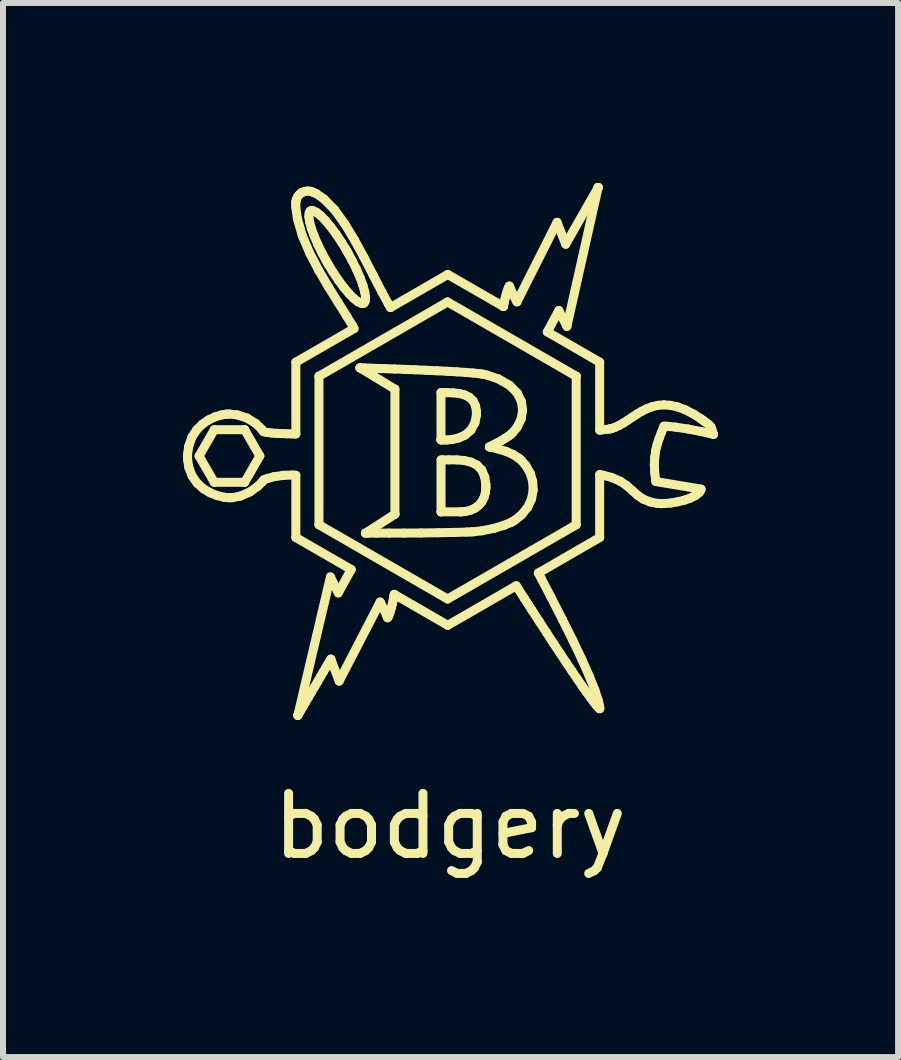
<source format=kicad_pcb>
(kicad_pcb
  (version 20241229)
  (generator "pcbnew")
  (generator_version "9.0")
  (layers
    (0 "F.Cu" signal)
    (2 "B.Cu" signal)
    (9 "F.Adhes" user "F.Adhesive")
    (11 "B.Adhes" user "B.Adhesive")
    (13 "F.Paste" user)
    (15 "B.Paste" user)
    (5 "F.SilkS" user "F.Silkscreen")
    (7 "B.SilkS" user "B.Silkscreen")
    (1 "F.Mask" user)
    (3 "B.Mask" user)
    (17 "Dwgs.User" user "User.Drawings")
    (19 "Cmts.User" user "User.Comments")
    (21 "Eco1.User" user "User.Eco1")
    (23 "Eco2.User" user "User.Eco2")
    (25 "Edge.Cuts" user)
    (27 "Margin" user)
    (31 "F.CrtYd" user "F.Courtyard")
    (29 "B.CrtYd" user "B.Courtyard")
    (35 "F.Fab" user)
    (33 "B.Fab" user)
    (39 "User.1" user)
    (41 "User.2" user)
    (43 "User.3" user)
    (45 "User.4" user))
  (footprint "bodgery"
    (layer "F.Cu")
    (at 4.449 10.214)
    (property "Reference" "bodgery" (at 0 0.5 0) (layer "F.SilkS") (effects (font (size 1 1) (thickness 0.15))))
    (attr through_hole)
    (fp_line (start -4.374 -5.696) (end -4.374 -5.651) (stroke (width 0.15) (type solid)) (layer "F.SilkS"))
    (fp_line (start -4.374 -5.651) (end -4.374 -5.608) (stroke (width 0.15) (type solid)) (layer "F.SilkS"))
    (fp_line (start -4.374 -5.608) (end -4.353 -5.477) (stroke (width 0.15) (type solid)) (layer "F.SilkS"))
    (fp_line (start -4.354 -5.831) (end -4.374 -5.696) (stroke (width 0.15) (type solid)) (layer "F.SilkS"))
    (fp_line (start -4.353 -5.477) (end -4.297 -5.332) (stroke (width 0.15) (type solid)) (layer "F.SilkS"))
    (fp_line (start -4.301 -5.981) (end -4.354 -5.831) (stroke (width 0.15) (type solid)) (layer "F.SilkS"))
    (fp_line (start -4.297 -5.332) (end -4.214 -5.214) (stroke (width 0.15) (type solid)) (layer "F.SilkS"))
    (fp_line (start -4.222 -6.103) (end -4.301 -5.981) (stroke (width 0.15) (type solid)) (layer "F.SilkS"))
    (fp_line (start -4.214 -5.214) (end -4.111 -5.122) (stroke (width 0.15) (type solid)) (layer "F.SilkS"))
    (fp_line (start -4.182 -5.667) (end -3.929 -6.105) (stroke (width 0.15) (type solid)) (layer "F.SilkS"))
    (fp_line (start -4.126 -6.198) (end -4.222 -6.103) (stroke (width 0.15) (type solid)) (layer "F.SilkS"))
    (fp_line (start -4.111 -5.122) (end -3.998 -5.054) (stroke (width 0.15) (type solid)) (layer "F.SilkS"))
    (fp_line (start -4.02 -6.27) (end -4.126 -6.198) (stroke (width 0.15) (type solid)) (layer "F.SilkS"))
    (fp_line (start -3.998 -5.054) (end -3.882 -5.007) (stroke (width 0.15) (type solid)) (layer "F.SilkS"))
    (fp_line (start -3.929 -6.105) (end -3.423 -6.105) (stroke (width 0.15) (type solid)) (layer "F.SilkS"))
    (fp_line (start -3.929 -5.228) (end -4.182 -5.667) (stroke (width 0.15) (type solid)) (layer "F.SilkS"))
    (fp_line (start -3.912 -6.32) (end -4.02 -6.27) (stroke (width 0.15) (type solid)) (layer "F.SilkS"))
    (fp_line (start -3.882 -5.007) (end -3.771 -4.981) (stroke (width 0.15) (type solid)) (layer "F.SilkS"))
    (fp_line (start -3.81 -6.35) (end -3.912 -6.32) (stroke (width 0.15) (type solid)) (layer "F.SilkS"))
    (fp_line (start -3.771 -4.981) (end -3.699 -4.972) (stroke (width 0.15) (type solid)) (layer "F.SilkS"))
    (fp_line (start -3.745 -6.362) (end -3.81 -6.35) (stroke (width 0.15) (type solid)) (layer "F.SilkS"))
    (fp_line (start -3.723 -6.363) (end -3.745 -6.362) (stroke (width 0.15) (type solid)) (layer "F.SilkS"))
    (fp_line (start -3.699 -4.972) (end -3.675 -4.972) (stroke (width 0.15) (type solid)) (layer "F.SilkS"))
    (fp_line (start -3.679 -6.366) (end -3.723 -6.363) (stroke (width 0.15) (type solid)) (layer "F.SilkS"))
    (fp_line (start -3.675 -4.972) (end -3.63 -4.972) (stroke (width 0.15) (type solid)) (layer "F.SilkS"))
    (fp_line (start -3.63 -4.972) (end -3.494 -4.999) (stroke (width 0.15) (type solid)) (layer "F.SilkS"))
    (fp_line (start -3.548 -6.352) (end -3.679 -6.366) (stroke (width 0.15) (type solid)) (layer "F.SilkS"))
    (fp_line (start -3.494 -4.999) (end -3.335 -5.068) (stroke (width 0.15) (type solid)) (layer "F.SilkS"))
    (fp_line (start -3.423 -6.105) (end -3.423 -6.105) (stroke (width 0.15) (type solid)) (layer "F.SilkS"))
    (fp_line (start -3.423 -6.105) (end -3.17 -5.667) (stroke (width 0.15) (type solid)) (layer "F.SilkS"))
    (fp_line (start -3.423 -5.228) (end -3.929 -5.228) (stroke (width 0.15) (type solid)) (layer "F.SilkS"))
    (fp_line (start -3.383 -6.299) (end -3.548 -6.352) (stroke (width 0.15) (type solid)) (layer "F.SilkS"))
    (fp_line (start -3.335 -5.068) (end -3.204 -5.162) (stroke (width 0.15) (type solid)) (layer "F.SilkS"))
    (fp_line (start -3.236 -6.207) (end -3.383 -6.299) (stroke (width 0.15) (type solid)) (layer "F.SilkS"))
    (fp_line (start -3.204 -5.162) (end -3.13 -5.236) (stroke (width 0.15) (type solid)) (layer "F.SilkS"))
    (fp_line (start -3.17 -5.667) (end -3.423 -5.228) (stroke (width 0.15) (type solid)) (layer "F.SilkS"))
    (fp_line (start -3.141 -6.115) (end -3.236 -6.207) (stroke (width 0.15) (type solid)) (layer "F.SilkS"))
    (fp_line (start -3.13 -5.236) (end -3.11 -5.264) (stroke (width 0.15) (type solid)) (layer "F.SilkS"))
    (fp_line (start -3.116 -6.08) (end -3.141 -6.115) (stroke (width 0.15) (type solid)) (layer "F.SilkS"))
    (fp_line (start -3.112 -6.075) (end -3.116 -6.08) (stroke (width 0.15) (type solid)) (layer "F.SilkS"))
    (fp_line (start -3.11 -5.264) (end -3.098 -5.271) (stroke (width 0.15) (type solid)) (layer "F.SilkS"))
    (fp_line (start -3.098 -5.271) (end -3.047 -5.291) (stroke (width 0.15) (type solid)) (layer "F.SilkS"))
    (fp_line (start -3.091 -6.068) (end -3.112 -6.075) (stroke (width 0.15) (type solid)) (layer "F.SilkS"))
    (fp_line (start -3.047 -5.291) (end -2.933 -5.322) (stroke (width 0.15) (type solid)) (layer "F.SilkS"))
    (fp_line (start -3.042 -6.058) (end -3.091 -6.068) (stroke (width 0.15) (type solid)) (layer "F.SilkS"))
    (fp_line (start -2.975 -6.05) (end -3.042 -6.058) (stroke (width 0.15) (type solid)) (layer "F.SilkS"))
    (fp_line (start -2.933 -5.322) (end -2.773 -5.345) (stroke (width 0.15) (type solid)) (layer "F.SilkS"))
    (fp_line (start -2.896 -6.044) (end -2.975 -6.05) (stroke (width 0.15) (type solid)) (layer "F.SilkS"))
    (fp_line (start -2.81 -6.04) (end -2.896 -6.044) (stroke (width 0.15) (type solid)) (layer "F.SilkS"))
    (fp_line (start -2.773 -5.345) (end -2.62 -5.349) (stroke (width 0.15) (type solid)) (layer "F.SilkS"))
    (fp_line (start -2.723 -6.037) (end -2.81 -6.04) (stroke (width 0.15) (type solid)) (layer "F.SilkS"))
    (fp_line (start -2.641 -6.035) (end -2.723 -6.037) (stroke (width 0.15) (type solid)) (layer "F.SilkS"))
    (fp_line (start -2.62 -5.349) (end -2.57 -5.345) (stroke (width 0.15) (type solid)) (layer "F.SilkS"))
    (fp_line (start -2.587 -6.035) (end -2.641 -6.035) (stroke (width 0.15) (type solid)) (layer "F.SilkS"))
    (fp_line (start -2.572 -9.821) (end -2.544 -9.62) (stroke (width 0.15) (type solid)) (layer "F.SilkS"))
    (fp_line (start -2.57 -9.888) (end -2.572 -9.821) (stroke (width 0.15) (type solid)) (layer "F.SilkS"))
    (fp_line (start -2.57 -9.9) (end -2.57 -9.888) (stroke (width 0.15) (type solid)) (layer "F.SilkS"))
    (fp_line (start -2.57 -7.23) (end -2.57 -6.035) (stroke (width 0.15) (type solid)) (layer "F.SilkS"))
    (fp_line (start -2.57 -6.035) (end -2.587 -6.035) (stroke (width 0.15) (type solid)) (layer "F.SilkS"))
    (fp_line (start -2.57 -5.345) (end -2.57 -4.308) (stroke (width 0.15) (type solid)) (layer "F.SilkS"))
    (fp_line (start -2.57 -4.308) (end -1.648 -3.776) (stroke (width 0.15) (type solid)) (layer "F.SilkS"))
    (fp_line (start -2.563 -9.938) (end -2.57 -9.9) (stroke (width 0.15) (type solid)) (layer "F.SilkS"))
    (fp_line (start -2.544 -9.62) (end -2.463 -9.339) (stroke (width 0.15) (type solid)) (layer "F.SilkS"))
    (fp_line (start -2.543 -9.983) (end -2.563 -9.938) (stroke (width 0.15) (type solid)) (layer "F.SilkS"))
    (fp_line (start -2.537 -1.344) (end -2.537 -1.345) (stroke (width 0.15) (type solid)) (layer "F.SilkS"))
    (fp_line (start -2.537 -1.345) (end -2.531 -1.356) (stroke (width 0.15) (type solid)) (layer "F.SilkS"))
    (fp_line (start -2.531 -1.356) (end -2.513 -1.386) (stroke (width 0.15) (type solid)) (layer "F.SilkS"))
    (fp_line (start -2.513 -10.022) (end -2.543 -9.983) (stroke (width 0.15) (type solid)) (layer "F.SilkS"))
    (fp_line (start -2.513 -1.386) (end -2.486 -1.433) (stroke (width 0.15) (type solid)) (layer "F.SilkS"))
    (fp_line (start -2.486 -1.433) (end -2.45 -1.493) (stroke (width 0.15) (type solid)) (layer "F.SilkS"))
    (fp_line (start -2.484 -10.047) (end -2.513 -10.022) (stroke (width 0.15) (type solid)) (layer "F.SilkS"))
    (fp_line (start -2.473 -10.053) (end -2.484 -10.047) (stroke (width 0.15) (type solid)) (layer "F.SilkS"))
    (fp_line (start -2.463 -9.339) (end -2.341 -9.051) (stroke (width 0.15) (type solid)) (layer "F.SilkS"))
    (fp_line (start -2.462 -10.059) (end -2.473 -10.053) (stroke (width 0.15) (type solid)) (layer "F.SilkS"))
    (fp_line (start -2.45 -1.493) (end -2.409 -1.564) (stroke (width 0.15) (type solid)) (layer "F.SilkS"))
    (fp_line (start -2.426 -10.074) (end -2.462 -10.059) (stroke (width 0.15) (type solid)) (layer "F.SilkS"))
    (fp_line (start -2.409 -1.564) (end -2.362 -1.643) (stroke (width 0.15) (type solid)) (layer "F.SilkS"))
    (fp_line (start -2.378 -10.082) (end -2.426 -10.074) (stroke (width 0.15) (type solid)) (layer "F.SilkS"))
    (fp_line (start -2.362 -1.643) (end -2.312 -1.728) (stroke (width 0.15) (type solid)) (layer "F.SilkS"))
    (fp_line (start -2.353 -9.652) (end -2.348 -9.714) (stroke (width 0.15) (type solid)) (layer "F.SilkS"))
    (fp_line (start -2.348 -9.714) (end -2.332 -9.744) (stroke (width 0.15) (type solid)) (layer "F.SilkS"))
    (fp_line (start -2.341 -9.051) (end -2.192 -8.765) (stroke (width 0.15) (type solid)) (layer "F.SilkS"))
    (fp_line (start -2.34 -9.565) (end -2.353 -9.652) (stroke (width 0.15) (type solid)) (layer "F.SilkS"))
    (fp_line (start -2.332 -9.744) (end -2.324 -9.749) (stroke (width 0.15) (type solid)) (layer "F.SilkS"))
    (fp_line (start -2.329 -10.077) (end -2.378 -10.082) (stroke (width 0.15) (type solid)) (layer "F.SilkS"))
    (fp_line (start -2.324 -9.749) (end -2.316 -9.754) (stroke (width 0.15) (type solid)) (layer "F.SilkS"))
    (fp_line (start -2.316 -9.754) (end -2.282 -9.753) (stroke (width 0.15) (type solid)) (layer "F.SilkS"))
    (fp_line (start -2.312 -1.728) (end -2.261 -1.815) (stroke (width 0.15) (type solid)) (layer "F.SilkS"))
    (fp_line (start -2.311 -9.457) (end -2.34 -9.565) (stroke (width 0.15) (type solid)) (layer "F.SilkS"))
    (fp_line (start -2.292 -10.065) (end -2.329 -10.077) (stroke (width 0.15) (type solid)) (layer "F.SilkS"))
    (fp_line (start -2.282 -9.753) (end -2.225 -9.726) (stroke (width 0.15) (type solid)) (layer "F.SilkS"))
    (fp_line (start -2.281 -10.06) (end -2.292 -10.065) (stroke (width 0.15) (type solid)) (layer "F.SilkS"))
    (fp_line (start -2.265 -9.332) (end -2.311 -9.457) (stroke (width 0.15) (type solid)) (layer "F.SilkS"))
    (fp_line (start -2.261 -1.815) (end -2.21 -1.902) (stroke (width 0.15) (type solid)) (layer "F.SilkS"))
    (fp_line (start -2.232 -10.04) (end -2.281 -10.06) (stroke (width 0.15) (type solid)) (layer "F.SilkS"))
    (fp_line (start -2.225 -9.726) (end -2.157 -9.671) (stroke (width 0.15) (type solid)) (layer "F.SilkS"))
    (fp_line (start -2.21 -1.902) (end -2.161 -1.987) (stroke (width 0.15) (type solid)) (layer "F.SilkS"))
    (fp_line (start -2.205 -9.193) (end -2.265 -9.332) (stroke (width 0.15) (type solid)) (layer "F.SilkS"))
    (fp_line (start -2.192 -8.765) (end -2.03 -8.488) (stroke (width 0.15) (type solid)) (layer "F.SilkS"))
    (fp_line (start -2.185 -6.996) (end -0.042 -8.233) (stroke (width 0.15) (type solid)) (layer "F.SilkS"))
    (fp_line (start -2.185 -4.521) (end -2.185 -6.996) (stroke (width 0.15) (type solid)) (layer "F.SilkS"))
    (fp_line (start -2.161 -1.987) (end -2.114 -2.066) (stroke (width 0.15) (type solid)) (layer "F.SilkS"))
    (fp_line (start -2.157 -9.671) (end -2.078 -9.592) (stroke (width 0.15) (type solid)) (layer "F.SilkS"))
    (fp_line (start -2.132 -9.044) (end -2.205 -9.193) (stroke (width 0.15) (type solid)) (layer "F.SilkS"))
    (fp_line (start -2.114 -2.066) (end -2.073 -2.137) (stroke (width 0.15) (type solid)) (layer "F.SilkS"))
    (fp_line (start -2.099 -9.947) (end -2.232 -10.04) (stroke (width 0.15) (type solid)) (layer "F.SilkS"))
    (fp_line (start -2.078 -9.592) (end -1.993 -9.49) (stroke (width 0.15) (type solid)) (layer "F.SilkS"))
    (fp_line (start -2.073 -2.137) (end -2.038 -2.196) (stroke (width 0.15) (type solid)) (layer "F.SilkS"))
    (fp_line (start -2.068 -8.926) (end -2.132 -9.044) (stroke (width 0.15) (type solid)) (layer "F.SilkS"))
    (fp_line (start -2.046 -8.887) (end -2.068 -8.926) (stroke (width 0.15) (type solid)) (layer "F.SilkS"))
    (fp_line (start -2.038 -2.196) (end -2.011 -2.242) (stroke (width 0.15) (type solid)) (layer "F.SilkS"))
    (fp_line (start -2.03 -8.488) (end -1.868 -8.228) (stroke (width 0.15) (type solid)) (layer "F.SilkS"))
    (fp_line (start -2.023 -8.848) (end -2.046 -8.887) (stroke (width 0.15) (type solid)) (layer "F.SilkS"))
    (fp_line (start -2.011 -2.242) (end -1.993 -2.272) (stroke (width 0.15) (type solid)) (layer "F.SilkS"))
    (fp_line (start -1.994 -3.652) (end -2.537 -1.344) (stroke (width 0.15) (type solid)) (layer "F.SilkS"))
    (fp_line (start -1.993 -2.272) (end -1.987 -2.282) (stroke (width 0.15) (type solid)) (layer "F.SilkS"))
    (fp_line (start -1.993 -9.49) (end -1.902 -9.368) (stroke (width 0.15) (type solid)) (layer "F.SilkS"))
    (fp_line (start -1.987 -2.282) (end -1.987 -2.282) (stroke (width 0.15) (type solid)) (layer "F.SilkS"))
    (fp_line (start -1.987 -2.282) (end -1.848 -1.916) (stroke (width 0.15) (type solid)) (layer "F.SilkS"))
    (fp_line (start -1.953 -8.734) (end -2.023 -8.848) (stroke (width 0.15) (type solid)) (layer "F.SilkS"))
    (fp_line (start -1.923 -9.766) (end -2.099 -9.947) (stroke (width 0.15) (type solid)) (layer "F.SilkS"))
    (fp_line (start -1.902 -9.368) (end -1.81 -9.23) (stroke (width 0.15) (type solid)) (layer "F.SilkS"))
    (fp_line (start -1.868 -8.228) (end -1.72 -7.993) (stroke (width 0.15) (type solid)) (layer "F.SilkS"))
    (fp_line (start -1.863 -3.386) (end -1.994 -3.652) (stroke (width 0.15) (type solid)) (layer "F.SilkS"))
    (fp_line (start -1.86 -8.596) (end -1.953 -8.734) (stroke (width 0.15) (type solid)) (layer "F.SilkS"))
    (fp_line (start -1.848 -1.916) (end -1.166 -3.234) (stroke (width 0.15) (type solid)) (layer "F.SilkS"))
    (fp_line (start -1.81 -9.23) (end -1.739 -9.116) (stroke (width 0.15) (type solid)) (layer "F.SilkS"))
    (fp_line (start -1.77 -8.474) (end -1.86 -8.596) (stroke (width 0.15) (type solid)) (layer "F.SilkS"))
    (fp_line (start -1.755 -9.533) (end -1.923 -9.766) (stroke (width 0.15) (type solid)) (layer "F.SilkS"))
    (fp_line (start -1.739 -9.116) (end -1.717 -9.077) (stroke (width 0.15) (type solid)) (layer "F.SilkS"))
    (fp_line (start -1.72 -7.993) (end -1.628 -7.842) (stroke (width 0.15) (type solid)) (layer "F.SilkS"))
    (fp_line (start -1.717 -9.077) (end -1.717 -9.077) (stroke (width 0.15) (type solid)) (layer "F.SilkS"))
    (fp_line (start -1.717 -9.077) (end -1.695 -9.038) (stroke (width 0.15) (type solid)) (layer "F.SilkS"))
    (fp_line (start -1.695 -9.038) (end -1.631 -8.92) (stroke (width 0.15) (type solid)) (layer "F.SilkS"))
    (fp_line (start -1.684 -8.372) (end -1.77 -8.474) (stroke (width 0.15) (type solid)) (layer "F.SilkS"))
    (fp_line (start -1.648 -3.776) (end -1.863 -3.386) (stroke (width 0.15) (type solid)) (layer "F.SilkS"))
    (fp_line (start -1.631 -8.92) (end -1.557 -8.771) (stroke (width 0.15) (type solid)) (layer "F.SilkS"))
    (fp_line (start -1.628 -7.842) (end -1.6 -7.79) (stroke (width 0.15) (type solid)) (layer "F.SilkS"))
    (fp_line (start -1.606 -8.293) (end -1.684 -8.372) (stroke (width 0.15) (type solid)) (layer "F.SilkS"))
    (fp_line (start -1.6 -7.79) (end -2.57 -7.23) (stroke (width 0.15) (type solid)) (layer "F.SilkS"))
    (fp_line (start -1.592 -9.264) (end -1.755 -9.533) (stroke (width 0.15) (type solid)) (layer "F.SilkS"))
    (fp_line (start -1.557 -8.771) (end -1.497 -8.632) (stroke (width 0.15) (type solid)) (layer "F.SilkS"))
    (fp_line (start -1.537 -8.238) (end -1.606 -8.293) (stroke (width 0.15) (type solid)) (layer "F.SilkS"))
    (fp_line (start -1.503 -7.135) (end -1.503 -7.135) (stroke (width 0.15) (type solid)) (layer "F.SilkS"))
    (fp_line (start -1.503 -7.135) (end -0.919 -6.781) (stroke (width 0.15) (type solid)) (layer "F.SilkS"))
    (fp_line (start -1.497 -8.632) (end -1.452 -8.507) (stroke (width 0.15) (type solid)) (layer "F.SilkS"))
    (fp_line (start -1.483 -7.135) (end -1.503 -7.135) (stroke (width 0.15) (type solid)) (layer "F.SilkS"))
    (fp_line (start -1.481 -8.211) (end -1.537 -8.238) (stroke (width 0.15) (type solid)) (layer "F.SilkS"))
    (fp_line (start -1.452 -8.507) (end -1.422 -8.399) (stroke (width 0.15) (type solid)) (layer "F.SilkS"))
    (fp_line (start -1.447 -8.21) (end -1.481 -8.211) (stroke (width 0.15) (type solid)) (layer "F.SilkS"))
    (fp_line (start -1.438 -8.215) (end -1.447 -8.21) (stroke (width 0.15) (type solid)) (layer "F.SilkS"))
    (fp_line (start -1.434 -8.974) (end -1.592 -9.264) (stroke (width 0.15) (type solid)) (layer "F.SilkS"))
    (fp_line (start -1.43 -8.22) (end -1.438 -8.215) (stroke (width 0.15) (type solid)) (layer "F.SilkS"))
    (fp_line (start -1.425 -7.133) (end -1.483 -7.135) (stroke (width 0.15) (type solid)) (layer "F.SilkS"))
    (fp_line (start -1.422 -8.399) (end -1.409 -8.312) (stroke (width 0.15) (type solid)) (layer "F.SilkS"))
    (fp_line (start -1.414 -8.25) (end -1.43 -8.22) (stroke (width 0.15) (type solid)) (layer "F.SilkS"))
    (fp_line (start -1.41 -4.382) (end -1.41 -4.382) (stroke (width 0.15) (type solid)) (layer "F.SilkS"))
    (fp_line (start -1.41 -4.382) (end -1.361 -4.382) (stroke (width 0.15) (type solid)) (layer "F.SilkS"))
    (fp_line (start -1.409 -8.312) (end -1.414 -8.25) (stroke (width 0.15) (type solid)) (layer "F.SilkS"))
    (fp_line (start -1.361 -4.382) (end -1.225 -4.382) (stroke (width 0.15) (type solid)) (layer "F.SilkS"))
    (fp_line (start -1.336 -7.13) (end -1.425 -7.133) (stroke (width 0.15) (type solid)) (layer "F.SilkS"))
    (fp_line (start -1.282 -8.68) (end -1.434 -8.974) (stroke (width 0.15) (type solid)) (layer "F.SilkS"))
    (fp_line (start -1.225 -4.382) (end -1.021 -4.382) (stroke (width 0.15) (type solid)) (layer "F.SilkS"))
    (fp_line (start -1.22 -7.126) (end -1.336 -7.13) (stroke (width 0.15) (type solid)) (layer "F.SilkS"))
    (fp_line (start -1.166 -3.234) (end -1.152 -3.208) (stroke (width 0.15) (type solid)) (layer "F.SilkS"))
    (fp_line (start -1.152 -3.208) (end -1.097 -3.098) (stroke (width 0.15) (type solid)) (layer "F.SilkS"))
    (fp_line (start -1.135 -8.396) (end -1.282 -8.68) (stroke (width 0.15) (type solid)) (layer "F.SilkS"))
    (fp_line (start -1.097 -3.098) (end -1.051 -2.994) (stroke (width 0.15) (type solid)) (layer "F.SilkS"))
    (fp_line (start -1.08 -7.122) (end -1.22 -7.126) (stroke (width 0.15) (type solid)) (layer "F.SilkS"))
    (fp_line (start -1.051 -2.994) (end -1.042 -2.971) (stroke (width 0.15) (type solid)) (layer "F.SilkS"))
    (fp_line (start -1.042 -2.971) (end -1.035 -2.98) (stroke (width 0.15) (type solid)) (layer "F.SilkS"))
    (fp_line (start -1.035 -2.98) (end -1.02 -3.013) (stroke (width 0.15) (type solid)) (layer "F.SilkS"))
    (fp_line (start -1.03 -8.203) (end -1.135 -8.396) (stroke (width 0.15) (type solid)) (layer "F.SilkS"))
    (fp_line (start -1.021 -4.382) (end -0.769 -4.382) (stroke (width 0.15) (type solid)) (layer "F.SilkS"))
    (fp_line (start -1.02 -3.013) (end -0.999 -3.069) (stroke (width 0.15) (type solid)) (layer "F.SilkS"))
    (fp_line (start -0.999 -3.069) (end -0.98 -3.133) (stroke (width 0.15) (type solid)) (layer "F.SilkS"))
    (fp_line (start -0.993 -8.14) (end -1.03 -8.203) (stroke (width 0.15) (type solid)) (layer "F.SilkS"))
    (fp_line (start -0.98 -3.133) (end -0.963 -3.199) (stroke (width 0.15) (type solid)) (layer "F.SilkS"))
    (fp_line (start -0.963 -3.199) (end -0.949 -3.261) (stroke (width 0.15) (type solid)) (layer "F.SilkS"))
    (fp_line (start -0.949 -3.261) (end -0.939 -3.312) (stroke (width 0.15) (type solid)) (layer "F.SilkS"))
    (fp_line (start -0.939 -3.312) (end -0.932 -3.348) (stroke (width 0.15) (type solid)) (layer "F.SilkS"))
    (fp_line (start -0.932 -3.348) (end -0.93 -3.361) (stroke (width 0.15) (type solid)) (layer "F.SilkS"))
    (fp_line (start -0.93 -3.361) (end -0.93 -3.361) (stroke (width 0.15) (type solid)) (layer "F.SilkS"))
    (fp_line (start -0.93 -3.361) (end -0.039 -2.846) (stroke (width 0.15) (type solid)) (layer "F.SilkS"))
    (fp_line (start -0.924 -7.116) (end -1.08 -7.122) (stroke (width 0.15) (type solid)) (layer "F.SilkS"))
    (fp_line (start -0.919 -6.781) (end -0.919 -4.697) (stroke (width 0.15) (type solid)) (layer "F.SilkS"))
    (fp_line (start -0.919 -4.697) (end -1.41 -4.382) (stroke (width 0.15) (type solid)) (layer "F.SilkS"))
    (fp_line (start -0.919 -4.697) (end -0.919 -4.697) (stroke (width 0.15) (type solid)) (layer "F.SilkS"))
    (fp_line (start -0.769 -4.382) (end -0.488 -4.384) (stroke (width 0.15) (type solid)) (layer "F.SilkS"))
    (fp_line (start -0.754 -7.11) (end -0.924 -7.116) (stroke (width 0.15) (type solid)) (layer "F.SilkS"))
    (fp_line (start -0.577 -7.103) (end -0.754 -7.11) (stroke (width 0.15) (type solid)) (layer "F.SilkS"))
    (fp_line (start -0.488 -4.384) (end -0.197 -4.388) (stroke (width 0.15) (type solid)) (layer "F.SilkS"))
    (fp_line (start -0.396 -7.095) (end -0.577 -7.103) (stroke (width 0.15) (type solid)) (layer "F.SilkS"))
    (fp_line (start -0.217 -7.087) (end -0.396 -7.095) (stroke (width 0.15) (type solid)) (layer "F.SilkS"))
    (fp_line (start -0.197 -4.388) (end 0.086 -4.394) (stroke (width 0.15) (type solid)) (layer "F.SilkS"))
    (fp_line (start -0.152 -6.722) (end -0.127 -6.722) (stroke (width 0.15) (type solid)) (layer "F.SilkS"))
    (fp_line (start -0.152 -5.936) (end -0.152 -6.722) (stroke (width 0.15) (type solid)) (layer "F.SilkS"))
    (fp_line (start -0.152 -5.936) (end -0.152 -5.936) (stroke (width 0.15) (type solid)) (layer "F.SilkS"))
    (fp_line (start -0.152 -5.936) (end -0.152 -5.936) (stroke (width 0.15) (type solid)) (layer "F.SilkS"))
    (fp_line (start -0.151 -5.601) (end -0.119 -5.601) (stroke (width 0.15) (type solid)) (layer "F.SilkS"))
    (fp_line (start -0.151 -4.736) (end -0.151 -5.601) (stroke (width 0.15) (type solid)) (layer "F.SilkS"))
    (fp_line (start -0.151 -4.736) (end -0.151 -4.736) (stroke (width 0.15) (type solid)) (layer "F.SilkS"))
    (fp_line (start -0.127 -6.722) (end -0.052 -6.722) (stroke (width 0.15) (type solid)) (layer "F.SilkS"))
    (fp_line (start -0.126 -5.934) (end -0.152 -5.936) (stroke (width 0.15) (type solid)) (layer "F.SilkS"))
    (fp_line (start -0.119 -5.601) (end -0.022 -5.603) (stroke (width 0.15) (type solid)) (layer "F.SilkS"))
    (fp_line (start -0.059 -5.933) (end -0.126 -5.934) (stroke (width 0.15) (type solid)) (layer "F.SilkS"))
    (fp_line (start -0.052 -6.722) (end 0.05 -6.719) (stroke (width 0.15) (type solid)) (layer "F.SilkS"))
    (fp_line (start -0.045 -7.078) (end -0.217 -7.087) (stroke (width 0.15) (type solid)) (layer "F.SilkS"))
    (fp_line (start -0.042 -8.233) (end 2.101 -6.996) (stroke (width 0.15) (type solid)) (layer "F.SilkS"))
    (fp_line (start -0.042 -3.284) (end -2.185 -4.521) (stroke (width 0.15) (type solid)) (layer "F.SilkS"))
    (fp_line (start -0.039 -8.691) (end -0.993 -8.14) (stroke (width 0.15) (type solid)) (layer "F.SilkS"))
    (fp_line (start -0.039 -2.846) (end 1.102 -3.505) (stroke (width 0.15) (type solid)) (layer "F.SilkS"))
    (fp_line (start -0.022 -5.603) (end 0.109 -5.602) (stroke (width 0.15) (type solid)) (layer "F.SilkS"))
    (fp_line (start 0.035 -5.942) (end -0.059 -5.933) (stroke (width 0.15) (type solid)) (layer "F.SilkS"))
    (fp_line (start 0.05 -6.719) (end 0.149 -6.708) (stroke (width 0.15) (type solid)) (layer "F.SilkS"))
    (fp_line (start 0.086 -4.394) (end 0.276 -4.399) (stroke (width 0.15) (type solid)) (layer "F.SilkS"))
    (fp_line (start 0.109 -5.602) (end 0.235 -5.591) (stroke (width 0.15) (type solid)) (layer "F.SilkS"))
    (fp_line (start 0.116 -7.069) (end -0.045 -7.078) (stroke (width 0.15) (type solid)) (layer "F.SilkS"))
    (fp_line (start 0.143 -5.967) (end 0.035 -5.942) (stroke (width 0.15) (type solid)) (layer "F.SilkS"))
    (fp_line (start 0.149 -6.708) (end 0.24 -6.685) (stroke (width 0.15) (type solid)) (layer "F.SilkS"))
    (fp_line (start 0.163 -4.736) (end -0.151 -4.736) (stroke (width 0.15) (type solid)) (layer "F.SilkS"))
    (fp_line (start 0.186 -4.736) (end 0.163 -4.736) (stroke (width 0.15) (type solid)) (layer "F.SilkS"))
    (fp_line (start 0.235 -5.591) (end 0.35 -5.565) (stroke (width 0.15) (type solid)) (layer "F.SilkS"))
    (fp_line (start 0.24 -6.685) (end 0.32 -6.646) (stroke (width 0.15) (type solid)) (layer "F.SilkS"))
    (fp_line (start 0.252 -6.016) (end 0.143 -5.967) (stroke (width 0.15) (type solid)) (layer "F.SilkS"))
    (fp_line (start 0.256 -4.743) (end 0.186 -4.736) (stroke (width 0.15) (type solid)) (layer "F.SilkS"))
    (fp_line (start 0.26 -7.059) (end 0.116 -7.069) (stroke (width 0.15) (type solid)) (layer "F.SilkS"))
    (fp_line (start 0.276 -4.399) (end 0.34 -4.402) (stroke (width 0.15) (type solid)) (layer "F.SilkS"))
    (fp_line (start 0.32 -6.646) (end 0.383 -6.586) (stroke (width 0.15) (type solid)) (layer "F.SilkS"))
    (fp_line (start 0.34 -4.402) (end 0.388 -4.404) (stroke (width 0.15) (type solid)) (layer "F.SilkS"))
    (fp_line (start 0.34 -4.763) (end 0.256 -4.743) (stroke (width 0.15) (type solid)) (layer "F.SilkS"))
    (fp_line (start 0.346 -6.098) (end 0.252 -6.016) (stroke (width 0.15) (type solid)) (layer "F.SilkS"))
    (fp_line (start 0.35 -5.565) (end 0.449 -5.514) (stroke (width 0.15) (type solid)) (layer "F.SilkS"))
    (fp_line (start 0.383 -6.586) (end 0.424 -6.502) (stroke (width 0.15) (type solid)) (layer "F.SilkS"))
    (fp_line (start 0.384 -7.049) (end 0.26 -7.059) (stroke (width 0.15) (type solid)) (layer "F.SilkS"))
    (fp_line (start 0.388 -4.404) (end 0.53 -4.421) (stroke (width 0.15) (type solid)) (layer "F.SilkS"))
    (fp_line (start 0.413 -6.219) (end 0.346 -6.098) (stroke (width 0.15) (type solid)) (layer "F.SilkS"))
    (fp_line (start 0.414 -4.797) (end 0.34 -4.763) (stroke (width 0.15) (type solid)) (layer "F.SilkS"))
    (fp_line (start 0.424 -6.502) (end 0.438 -6.416) (stroke (width 0.15) (type solid)) (layer "F.SilkS"))
    (fp_line (start 0.438 -6.416) (end 0.438 -6.388) (stroke (width 0.15) (type solid)) (layer "F.SilkS"))
    (fp_line (start 0.438 -6.388) (end 0.438 -6.346) (stroke (width 0.15) (type solid)) (layer "F.SilkS"))
    (fp_line (start 0.438 -6.346) (end 0.413 -6.219) (stroke (width 0.15) (type solid)) (layer "F.SilkS"))
    (fp_line (start 0.449 -5.514) (end 0.527 -5.433) (stroke (width 0.15) (type solid)) (layer "F.SilkS"))
    (fp_line (start 0.477 -4.844) (end 0.414 -4.797) (stroke (width 0.15) (type solid)) (layer "F.SilkS"))
    (fp_line (start 0.481 -7.039) (end 0.384 -7.049) (stroke (width 0.15) (type solid)) (layer "F.SilkS"))
    (fp_line (start 0.527 -5.433) (end 0.578 -5.313) (stroke (width 0.15) (type solid)) (layer "F.SilkS"))
    (fp_line (start 0.527 -4.902) (end 0.477 -4.844) (stroke (width 0.15) (type solid)) (layer "F.SilkS"))
    (fp_line (start 0.53 -4.421) (end 0.725 -4.46) (stroke (width 0.15) (type solid)) (layer "F.SilkS"))
    (fp_line (start 0.532 -7.032) (end 0.481 -7.039) (stroke (width 0.15) (type solid)) (layer "F.SilkS"))
    (fp_line (start 0.548 -7.029) (end 0.532 -7.032) (stroke (width 0.15) (type solid)) (layer "F.SilkS"))
    (fp_line (start 0.565 -4.973) (end 0.527 -4.902) (stroke (width 0.15) (type solid)) (layer "F.SilkS"))
    (fp_line (start 0.578 -5.313) (end 0.596 -5.19) (stroke (width 0.15) (type solid)) (layer "F.SilkS"))
    (fp_line (start 0.588 -5.056) (end 0.565 -4.973) (stroke (width 0.15) (type solid)) (layer "F.SilkS"))
    (fp_line (start 0.596 -5.19) (end 0.596 -5.149) (stroke (width 0.15) (type solid)) (layer "F.SilkS"))
    (fp_line (start 0.596 -5.149) (end 0.596 -5.126) (stroke (width 0.15) (type solid)) (layer "F.SilkS"))
    (fp_line (start 0.596 -5.126) (end 0.588 -5.056) (stroke (width 0.15) (type solid)) (layer "F.SilkS"))
    (fp_line (start 0.613 -7.015) (end 0.548 -7.029) (stroke (width 0.15) (type solid)) (layer "F.SilkS"))
    (fp_line (start 0.655 -5.818) (end 0.656 -5.818) (stroke (width 0.15) (type solid)) (layer "F.SilkS"))
    (fp_line (start 0.656 -5.818) (end 0.667 -5.824) (stroke (width 0.15) (type solid)) (layer "F.SilkS"))
    (fp_line (start 0.667 -5.824) (end 0.699 -5.84) (stroke (width 0.15) (type solid)) (layer "F.SilkS"))
    (fp_line (start 0.691 -5.809) (end 0.655 -5.818) (stroke (width 0.15) (type solid)) (layer "F.SilkS"))
    (fp_line (start 0.699 -5.84) (end 0.745 -5.864) (stroke (width 0.15) (type solid)) (layer "F.SilkS"))
    (fp_line (start 0.725 -4.46) (end 0.904 -4.514) (stroke (width 0.15) (type solid)) (layer "F.SilkS"))
    (fp_line (start 0.745 -5.864) (end 0.8 -5.893) (stroke (width 0.15) (type solid)) (layer "F.SilkS"))
    (fp_line (start 0.8 -5.893) (end 0.86 -5.927) (stroke (width 0.15) (type solid)) (layer "F.SilkS"))
    (fp_line (start 0.801 -5.783) (end 0.691 -5.809) (stroke (width 0.15) (type solid)) (layer "F.SilkS"))
    (fp_line (start 0.804 -6.951) (end 0.613 -7.015) (stroke (width 0.15) (type solid)) (layer "F.SilkS"))
    (fp_line (start 0.86 -5.927) (end 0.918 -5.962) (stroke (width 0.15) (type solid)) (layer "F.SilkS"))
    (fp_line (start 0.888 -8.157) (end -0.039 -8.691) (stroke (width 0.15) (type solid)) (layer "F.SilkS"))
    (fp_line (start 0.888 -8.157) (end 0.888 -8.157) (stroke (width 0.15) (type solid)) (layer "F.SilkS"))
    (fp_line (start 0.89 -8.168) (end 0.888 -8.157) (stroke (width 0.15) (type solid)) (layer "F.SilkS"))
    (fp_line (start 0.896 -8.199) (end 0.89 -8.168) (stroke (width 0.15) (type solid)) (layer "F.SilkS"))
    (fp_line (start 0.904 -4.514) (end 1.014 -4.56) (stroke (width 0.15) (type solid)) (layer "F.SilkS"))
    (fp_line (start 0.906 -8.244) (end 0.896 -8.199) (stroke (width 0.15) (type solid)) (layer "F.SilkS"))
    (fp_line (start 0.918 -8.298) (end 0.906 -8.244) (stroke (width 0.15) (type solid)) (layer "F.SilkS"))
    (fp_line (start 0.918 -5.962) (end 0.971 -5.996) (stroke (width 0.15) (type solid)) (layer "F.SilkS"))
    (fp_line (start 0.931 -5.744) (end 0.801 -5.783) (stroke (width 0.15) (type solid)) (layer "F.SilkS"))
    (fp_line (start 0.933 -8.355) (end 0.918 -8.298) (stroke (width 0.15) (type solid)) (layer "F.SilkS"))
    (fp_line (start 0.95 -8.411) (end 0.933 -8.355) (stroke (width 0.15) (type solid)) (layer "F.SilkS"))
    (fp_line (start 0.968 -8.46) (end 0.95 -8.411) (stroke (width 0.15) (type solid)) (layer "F.SilkS"))
    (fp_line (start 0.971 -5.996) (end 1.004 -6.02) (stroke (width 0.15) (type solid)) (layer "F.SilkS"))
    (fp_line (start 0.982 -8.489) (end 0.968 -8.46) (stroke (width 0.15) (type solid)) (layer "F.SilkS"))
    (fp_line (start 0.987 -8.498) (end 0.982 -8.489) (stroke (width 0.15) (type solid)) (layer "F.SilkS"))
    (fp_line (start 0.992 -6.844) (end 0.804 -6.951) (stroke (width 0.15) (type solid)) (layer "F.SilkS"))
    (fp_line (start 0.997 -8.474) (end 0.987 -8.498) (stroke (width 0.15) (type solid)) (layer "F.SilkS"))
    (fp_line (start 1.004 -6.02) (end 1.014 -6.029) (stroke (width 0.15) (type solid)) (layer "F.SilkS"))
    (fp_line (start 1.014 -6.029) (end 1.042 -6.054) (stroke (width 0.15) (type solid)) (layer "F.SilkS"))
    (fp_line (start 1.014 -4.56) (end 1.048 -4.579) (stroke (width 0.15) (type solid)) (layer "F.SilkS"))
    (fp_line (start 1.042 -6.054) (end 1.115 -6.144) (stroke (width 0.15) (type solid)) (layer "F.SilkS"))
    (fp_line (start 1.043 -8.371) (end 0.997 -8.474) (stroke (width 0.15) (type solid)) (layer "F.SilkS"))
    (fp_line (start 1.048 -4.579) (end 1.086 -4.602) (stroke (width 0.15) (type solid)) (layer "F.SilkS"))
    (fp_line (start 1.05 -5.691) (end 0.931 -5.744) (stroke (width 0.15) (type solid)) (layer "F.SilkS"))
    (fp_line (start 1.086 -4.602) (end 1.191 -4.687) (stroke (width 0.15) (type solid)) (layer "F.SilkS"))
    (fp_line (start 1.1 -8.261) (end 1.043 -8.371) (stroke (width 0.15) (type solid)) (layer "F.SilkS"))
    (fp_line (start 1.102 -3.505) (end 1.135 -3.453) (stroke (width 0.15) (type solid)) (layer "F.SilkS"))
    (fp_line (start 1.114 -8.235) (end 1.1 -8.261) (stroke (width 0.15) (type solid)) (layer "F.SilkS"))
    (fp_line (start 1.115 -6.144) (end 1.182 -6.279) (stroke (width 0.15) (type solid)) (layer "F.SilkS"))
    (fp_line (start 1.119 -6.715) (end 0.992 -6.844) (stroke (width 0.15) (type solid)) (layer "F.SilkS"))
    (fp_line (start 1.135 -3.453) (end 1.234 -3.299) (stroke (width 0.15) (type solid)) (layer "F.SilkS"))
    (fp_line (start 1.135 -5.637) (end 1.05 -5.691) (stroke (width 0.15) (type solid)) (layer "F.SilkS"))
    (fp_line (start 1.161 -5.616) (end 1.135 -5.637) (stroke (width 0.15) (type solid)) (layer "F.SilkS"))
    (fp_line (start 1.182 -6.279) (end 1.208 -6.424) (stroke (width 0.15) (type solid)) (layer "F.SilkS"))
    (fp_line (start 1.189 -5.592) (end 1.161 -5.616) (stroke (width 0.15) (type solid)) (layer "F.SilkS"))
    (fp_line (start 1.189 -6.572) (end 1.119 -6.715) (stroke (width 0.15) (type solid)) (layer "F.SilkS"))
    (fp_line (start 1.191 -4.687) (end 1.293 -4.813) (stroke (width 0.15) (type solid)) (layer "F.SilkS"))
    (fp_line (start 1.208 -6.424) (end 1.189 -6.572) (stroke (width 0.15) (type solid)) (layer "F.SilkS"))
    (fp_line (start 1.234 -3.299) (end 1.363 -3.099) (stroke (width 0.15) (type solid)) (layer "F.SilkS"))
    (fp_line (start 1.262 -5.507) (end 1.189 -5.592) (stroke (width 0.15) (type solid)) (layer "F.SilkS"))
    (fp_line (start 1.293 -4.813) (end 1.357 -4.951) (stroke (width 0.15) (type solid)) (layer "F.SilkS"))
    (fp_line (start 1.335 -5.38) (end 1.262 -5.507) (stroke (width 0.15) (type solid)) (layer "F.SilkS"))
    (fp_line (start 1.357 -4.951) (end 1.384 -5.096) (stroke (width 0.15) (type solid)) (layer "F.SilkS"))
    (fp_line (start 1.363 -3.099) (end 1.488 -2.906) (stroke (width 0.15) (type solid)) (layer "F.SilkS"))
    (fp_line (start 1.376 -5.241) (end 1.335 -5.38) (stroke (width 0.15) (type solid)) (layer "F.SilkS"))
    (fp_line (start 1.384 -5.096) (end 1.376 -5.241) (stroke (width 0.15) (type solid)) (layer "F.SilkS"))
    (fp_line (start 1.47 -3.717) (end 2.492 -4.308) (stroke (width 0.15) (type solid)) (layer "F.SilkS"))
    (fp_line (start 1.488 -2.906) (end 1.608 -2.722) (stroke (width 0.15) (type solid)) (layer "F.SilkS"))
    (fp_line (start 1.522 -3.618) (end 1.47 -3.717) (stroke (width 0.15) (type solid)) (layer "F.SilkS"))
    (fp_line (start 1.608 -2.722) (end 1.722 -2.546) (stroke (width 0.15) (type solid)) (layer "F.SilkS"))
    (fp_line (start 1.62 -7.734) (end 1.812 -8.091) (stroke (width 0.15) (type solid)) (layer "F.SilkS"))
    (fp_line (start 1.679 -3.318) (end 1.522 -3.618) (stroke (width 0.15) (type solid)) (layer "F.SilkS"))
    (fp_line (start 1.722 -2.546) (end 1.832 -2.38) (stroke (width 0.15) (type solid)) (layer "F.SilkS"))
    (fp_line (start 1.782 -9.56) (end 1.114 -8.235) (stroke (width 0.15) (type solid)) (layer "F.SilkS"))
    (fp_line (start 1.812 -8.091) (end 1.946 -7.826) (stroke (width 0.15) (type solid)) (layer "F.SilkS"))
    (fp_line (start 1.832 -2.38) (end 1.935 -2.225) (stroke (width 0.15) (type solid)) (layer "F.SilkS"))
    (fp_line (start 1.872 -2.941) (end 1.679 -3.318) (stroke (width 0.15) (type solid)) (layer "F.SilkS"))
    (fp_line (start 1.926 -9.195) (end 1.782 -9.56) (stroke (width 0.15) (type solid)) (layer "F.SilkS"))
    (fp_line (start 1.935 -2.225) (end 2.031 -2.082) (stroke (width 0.15) (type solid)) (layer "F.SilkS"))
    (fp_line (start 1.946 -7.826) (end 2.466 -10.139) (stroke (width 0.15) (type solid)) (layer "F.SilkS"))
    (fp_line (start 2.031 -2.082) (end 2.12 -1.951) (stroke (width 0.15) (type solid)) (layer "F.SilkS"))
    (fp_line (start 2.046 -2.592) (end 1.872 -2.941) (stroke (width 0.15) (type solid)) (layer "F.SilkS"))
    (fp_line (start 2.101 -6.996) (end 2.101 -6.996) (stroke (width 0.15) (type solid)) (layer "F.SilkS"))
    (fp_line (start 2.101 -6.996) (end 2.101 -4.521) (stroke (width 0.15) (type solid)) (layer "F.SilkS"))
    (fp_line (start 2.101 -4.521) (end -0.042 -3.284) (stroke (width 0.15) (type solid)) (layer "F.SilkS"))
    (fp_line (start 2.12 -1.951) (end 2.201 -1.833) (stroke (width 0.15) (type solid)) (layer "F.SilkS"))
    (fp_line (start 2.196 -2.276) (end 2.046 -2.592) (stroke (width 0.15) (type solid)) (layer "F.SilkS"))
    (fp_line (start 2.201 -1.833) (end 2.274 -1.729) (stroke (width 0.15) (type solid)) (layer "F.SilkS"))
    (fp_line (start 2.274 -1.729) (end 2.338 -1.641) (stroke (width 0.15) (type solid)) (layer "F.SilkS"))
    (fp_line (start 2.319 -1.999) (end 2.196 -2.276) (stroke (width 0.15) (type solid)) (layer "F.SilkS"))
    (fp_line (start 2.338 -1.641) (end 2.392 -1.568) (stroke (width 0.15) (type solid)) (layer "F.SilkS"))
    (fp_line (start 2.392 -1.568) (end 2.437 -1.513) (stroke (width 0.15) (type solid)) (layer "F.SilkS"))
    (fp_line (start 2.412 -1.767) (end 2.319 -1.999) (stroke (width 0.15) (type solid)) (layer "F.SilkS"))
    (fp_line (start 2.437 -1.513) (end 2.471 -1.475) (stroke (width 0.15) (type solid)) (layer "F.SilkS"))
    (fp_line (start 2.465 -10.137) (end 2.466 -10.139) (stroke (width 0.15) (type solid)) (layer "F.SilkS"))
    (fp_line (start 2.466 -10.139) (end 2.465 -10.137) (stroke (width 0.15) (type solid)) (layer "F.SilkS"))
    (fp_line (start 2.466 -10.139) (end 1.926 -9.195) (stroke (width 0.15) (type solid)) (layer "F.SilkS"))
    (fp_line (start 2.466 -10.139) (end 2.466 -10.139) (stroke (width 0.15) (type solid)) (layer "F.SilkS"))
    (fp_line (start 2.466 -10.139) (end 2.466 -10.139) (stroke (width 0.15) (type solid)) (layer "F.SilkS"))
    (fp_line (start 2.466 -10.139) (end 2.466 -10.139) (stroke (width 0.15) (type solid)) (layer "F.SilkS"))
    (fp_line (start 2.471 -1.475) (end 2.487 -1.459) (stroke (width 0.15) (type solid)) (layer "F.SilkS"))
    (fp_line (start 2.472 -1.584) (end 2.412 -1.767) (stroke (width 0.15) (type solid)) (layer "F.SilkS"))
    (fp_line (start 2.487 -1.459) (end 2.494 -1.456) (stroke (width 0.15) (type solid)) (layer "F.SilkS"))
    (fp_line (start 2.492 -7.23) (end 1.62 -7.734) (stroke (width 0.15) (type solid)) (layer "F.SilkS"))
    (fp_line (start 2.492 -6.098) (end 2.492 -7.23) (stroke (width 0.15) (type solid)) (layer "F.SilkS"))
    (fp_line (start 2.492 -5.356) (end 2.542 -5.348) (stroke (width 0.15) (type solid)) (layer "F.SilkS"))
    (fp_line (start 2.492 -4.308) (end 2.492 -5.356) (stroke (width 0.15) (type solid)) (layer "F.SilkS"))
    (fp_line (start 2.493 -1.488) (end 2.472 -1.584) (stroke (width 0.15) (type solid)) (layer "F.SilkS"))
    (fp_line (start 2.494 -1.456) (end 2.493 -1.488) (stroke (width 0.15) (type solid)) (layer "F.SilkS"))
    (fp_line (start 2.512 -6.1) (end 2.492 -6.098) (stroke (width 0.15) (type solid)) (layer "F.SilkS"))
    (fp_line (start 2.542 -5.348) (end 2.691 -5.309) (stroke (width 0.15) (type solid)) (layer "F.SilkS"))
    (fp_line (start 2.595 -6.108) (end 2.512 -6.1) (stroke (width 0.15) (type solid)) (layer "F.SilkS"))
    (fp_line (start 2.657 -6.117) (end 2.595 -6.108) (stroke (width 0.15) (type solid)) (layer "F.SilkS"))
    (fp_line (start 2.666 -6.119) (end 2.657 -6.117) (stroke (width 0.15) (type solid)) (layer "F.SilkS"))
    (fp_line (start 2.686 -6.123) (end 2.666 -6.119) (stroke (width 0.15) (type solid)) (layer "F.SilkS"))
    (fp_line (start 2.691 -5.309) (end 2.837 -5.245) (stroke (width 0.15) (type solid)) (layer "F.SilkS"))
    (fp_line (start 2.742 -6.142) (end 2.686 -6.123) (stroke (width 0.15) (type solid)) (layer "F.SilkS"))
    (fp_line (start 2.816 -6.176) (end 2.742 -6.142) (stroke (width 0.15) (type solid)) (layer "F.SilkS"))
    (fp_line (start 2.837 -5.245) (end 2.947 -5.17) (stroke (width 0.15) (type solid)) (layer "F.SilkS"))
    (fp_line (start 2.889 -6.218) (end 2.816 -6.176) (stroke (width 0.15) (type solid)) (layer "F.SilkS"))
    (fp_line (start 2.947 -5.17) (end 3.036 -5.091) (stroke (width 0.15) (type solid)) (layer "F.SilkS"))
    (fp_line (start 2.963 -6.265) (end 2.889 -6.218) (stroke (width 0.15) (type solid)) (layer "F.SilkS"))
    (fp_line (start 3.036 -5.091) (end 3.119 -5.016) (stroke (width 0.15) (type solid)) (layer "F.SilkS"))
    (fp_line (start 3.037 -6.315) (end 2.963 -6.265) (stroke (width 0.15) (type solid)) (layer "F.SilkS"))
    (fp_line (start 3.113 -6.365) (end 3.037 -6.315) (stroke (width 0.15) (type solid)) (layer "F.SilkS"))
    (fp_line (start 3.119 -5.016) (end 3.213 -4.95) (stroke (width 0.15) (type solid)) (layer "F.SilkS"))
    (fp_line (start 3.192 -6.412) (end 3.113 -6.365) (stroke (width 0.15) (type solid)) (layer "F.SilkS"))
    (fp_line (start 3.213 -4.95) (end 3.333 -4.901) (stroke (width 0.15) (type solid)) (layer "F.SilkS"))
    (fp_line (start 3.276 -6.454) (end 3.192 -6.412) (stroke (width 0.15) (type solid)) (layer "F.SilkS"))
    (fp_line (start 3.333 -4.901) (end 3.454 -4.877) (stroke (width 0.15) (type solid)) (layer "F.SilkS"))
    (fp_line (start 3.364 -6.487) (end 3.276 -6.454) (stroke (width 0.15) (type solid)) (layer "F.SilkS"))
    (fp_line (start 3.403 -5.522) (end 3.409 -5.642) (stroke (width 0.15) (type solid)) (layer "F.SilkS"))
    (fp_line (start 3.409 -5.642) (end 3.424 -5.752) (stroke (width 0.15) (type solid)) (layer "F.SilkS"))
    (fp_line (start 3.409 -5.39) (end 3.403 -5.522) (stroke (width 0.15) (type solid)) (layer "F.SilkS"))
    (fp_line (start 3.422 -5.278) (end 3.409 -5.39) (stroke (width 0.15) (type solid)) (layer "F.SilkS"))
    (fp_line (start 3.424 -5.752) (end 3.449 -5.856) (stroke (width 0.15) (type solid)) (layer "F.SilkS"))
    (fp_line (start 3.428 -5.241) (end 3.422 -5.278) (stroke (width 0.15) (type solid)) (layer "F.SilkS"))
    (fp_line (start 3.449 -5.856) (end 3.482 -5.957) (stroke (width 0.15) (type solid)) (layer "F.SilkS"))
    (fp_line (start 3.454 -4.877) (end 3.495 -4.875) (stroke (width 0.15) (type solid)) (layer "F.SilkS"))
    (fp_line (start 3.458 -6.51) (end 3.364 -6.487) (stroke (width 0.15) (type solid)) (layer "F.SilkS"))
    (fp_line (start 3.482 -5.957) (end 3.52 -6.058) (stroke (width 0.15) (type solid)) (layer "F.SilkS"))
    (fp_line (start 3.495 -4.875) (end 3.516 -4.873) (stroke (width 0.15) (type solid)) (layer "F.SilkS"))
    (fp_line (start 3.516 -4.873) (end 3.579 -4.875) (stroke (width 0.15) (type solid)) (layer "F.SilkS"))
    (fp_line (start 3.52 -6.058) (end 3.553 -6.137) (stroke (width 0.15) (type solid)) (layer "F.SilkS"))
    (fp_line (start 3.553 -6.137) (end 3.564 -6.163) (stroke (width 0.15) (type solid)) (layer "F.SilkS"))
    (fp_line (start 3.56 -6.519) (end 3.458 -6.51) (stroke (width 0.15) (type solid)) (layer "F.SilkS"))
    (fp_line (start 3.564 -6.163) (end 3.612 -6.162) (stroke (width 0.15) (type solid)) (layer "F.SilkS"))
    (fp_line (start 3.579 -4.875) (end 3.68 -4.884) (stroke (width 0.15) (type solid)) (layer "F.SilkS"))
    (fp_line (start 3.612 -6.162) (end 3.755 -6.148) (stroke (width 0.15) (type solid)) (layer "F.SilkS"))
    (fp_line (start 3.669 -6.511) (end 3.56 -6.519) (stroke (width 0.15) (type solid)) (layer "F.SilkS"))
    (fp_line (start 3.68 -4.884) (end 3.79 -4.903) (stroke (width 0.15) (type solid)) (layer "F.SilkS"))
    (fp_line (start 3.755 -6.148) (end 3.965 -6.116) (stroke (width 0.15) (type solid)) (layer "F.SilkS"))
    (fp_line (start 3.788 -6.485) (end 3.669 -6.511) (stroke (width 0.15) (type solid)) (layer "F.SilkS"))
    (fp_line (start 3.79 -4.903) (end 3.9 -4.93) (stroke (width 0.15) (type solid)) (layer "F.SilkS"))
    (fp_line (start 3.9 -4.93) (end 4.002 -4.965) (stroke (width 0.15) (type solid)) (layer "F.SilkS"))
    (fp_line (start 3.917 -6.437) (end 3.788 -6.485) (stroke (width 0.15) (type solid)) (layer "F.SilkS"))
    (fp_line (start 3.965 -6.116) (end 4.181 -6.074) (stroke (width 0.15) (type solid)) (layer "F.SilkS"))
    (fp_line (start 4.002 -4.965) (end 4.088 -5.008) (stroke (width 0.15) (type solid)) (layer "F.SilkS"))
    (fp_line (start 4.056 -6.365) (end 3.917 -6.437) (stroke (width 0.15) (type solid)) (layer "F.SilkS"))
    (fp_line (start 4.088 -5.008) (end 4.151 -5.058) (stroke (width 0.15) (type solid)) (layer "F.SilkS"))
    (fp_line (start 4.151 -5.058) (end 4.178 -5.1) (stroke (width 0.15) (type solid)) (layer "F.SilkS"))
    (fp_line (start 4.171 -6.292) (end 4.056 -6.365) (stroke (width 0.15) (type solid)) (layer "F.SilkS"))
    (fp_line (start 4.178 -5.1) (end 4.181 -5.115) (stroke (width 0.15) (type solid)) (layer "F.SilkS"))
    (fp_line (start 4.181 -5.115) (end 3.428 -5.241) (stroke (width 0.15) (type solid)) (layer "F.SilkS"))
    (fp_line (start 4.181 -6.074) (end 4.337 -6.039) (stroke (width 0.15) (type solid)) (layer "F.SilkS"))
    (fp_line (start 4.208 -6.265) (end 4.171 -6.292) (stroke (width 0.15) (type solid)) (layer "F.SilkS"))
    (fp_line (start 4.222 -6.255) (end 4.208 -6.265) (stroke (width 0.15) (type solid)) (layer "F.SilkS"))
    (fp_line (start 4.265 -6.223) (end 4.222 -6.255) (stroke (width 0.15) (type solid)) (layer "F.SilkS"))
    (fp_line (start 4.304 -6.194) (end 4.265 -6.223) (stroke (width 0.15) (type solid)) (layer "F.SilkS"))
    (fp_line (start 4.329 -6.171) (end 4.304 -6.194) (stroke (width 0.15) (type solid)) (layer "F.SilkS"))
    (fp_line (start 4.337 -6.039) (end 4.389 -6.027) (stroke (width 0.15) (type solid)) (layer "F.SilkS"))
    (fp_line (start 4.344 -6.153) (end 4.329 -6.171) (stroke (width 0.15) (type solid)) (layer "F.SilkS"))
    (fp_line (start 4.353 -6.133) (end 4.344 -6.153) (stroke (width 0.15) (type solid)) (layer "F.SilkS"))
    (fp_line (start 4.361 -6.109) (end 4.353 -6.133) (stroke (width 0.15) (type solid)) (layer "F.SilkS"))
    (fp_line (start 4.371 -6.075) (end 4.361 -6.109) (stroke (width 0.15) (type solid)) (layer "F.SilkS"))
    (fp_line (start 4.384 -6.039) (end 4.371 -6.075) (stroke (width 0.15) (type solid)) (layer "F.SilkS"))
    (fp_line (start 4.389 -6.027) (end 4.384 -6.039) (stroke (width 0.15) (type solid)) (layer "F.SilkS")))
  (gr_rect
    (start -3 -3)
    (end 11.913 14.562)
    (stroke (width 0.1) (type default))
    (fill no)
    (layer "Edge.Cuts")))
</source>
